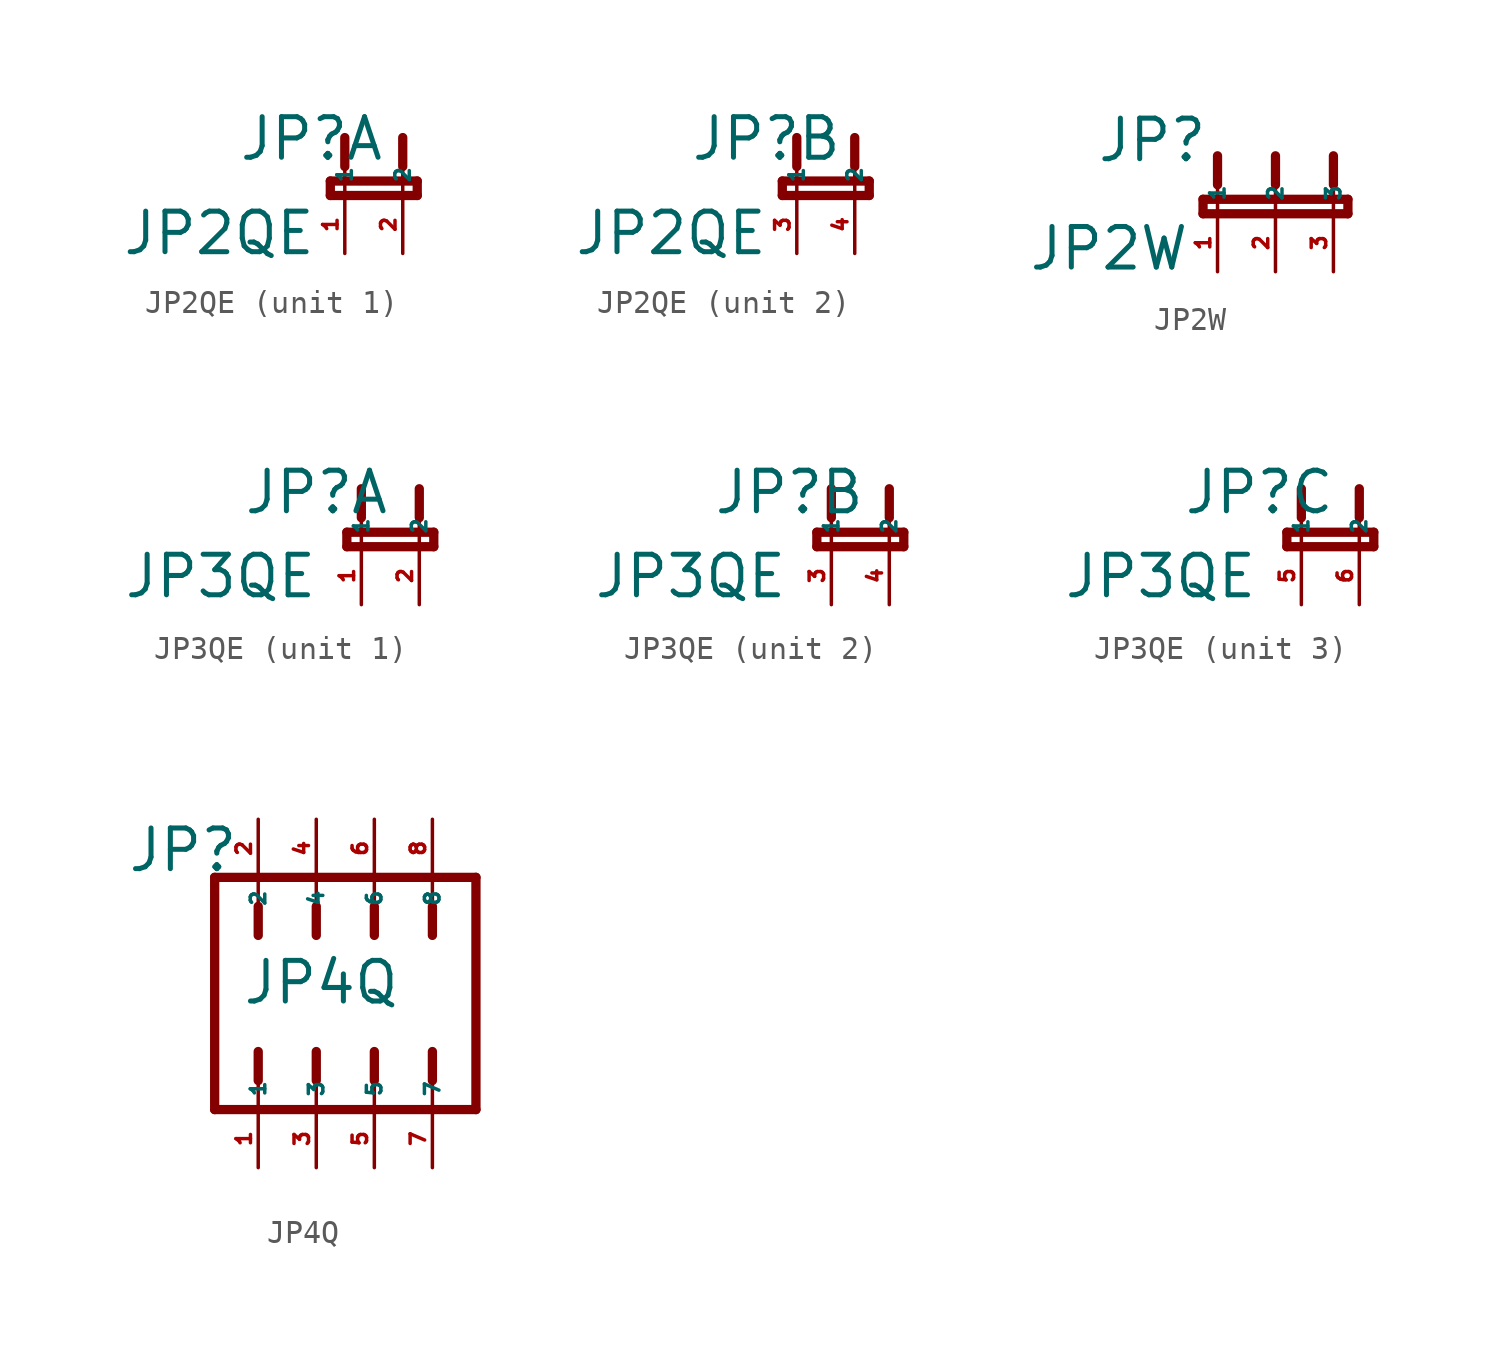
<source format=kicad_sym>
(kicad_symbol_lib
  (version 20220914)
  (generator kicad_symbol_editor)
  (symbol "JP2QE"
    (property "Reference" "JP"
      (at -4.699 1.448 0)
      (effects (font (size 1.778 1.778) (thickness 0.22)) (justify left bottom)))
    (property "Value" "JP2QE"
      (at -9.804 -2.692 0)
      (effects (font (size 1.778 1.778) (thickness 0.22)) (justify left bottom)))
    (symbol "JP2QE_1_0"
      (polyline (pts (xy -0.635 0) (xy 3.175 0)) (stroke (width 0.406) (type default)) (fill (type none)))
      (polyline (pts (xy -0.635 0.635) (xy -0.635 0)) (stroke (width 0.406) (type default)) (fill (type none)))
      (polyline (pts (xy 0 0) (xy 0 1.27)) (stroke (width 0.152) (type default)) (fill (type none)))
      (polyline (pts (xy 0 2.54) (xy 0 1.27)) (stroke (width 0.406) (type default)) (fill (type none)))
      (polyline (pts (xy 2.54 0) (xy 2.54 1.27)) (stroke (width 0.152) (type default)) (fill (type none)))
      (polyline (pts (xy 2.54 2.54) (xy 2.54 1.27)) (stroke (width 0.406) (type default)) (fill (type none)))
      (polyline (pts (xy 3.175 0) (xy 3.175 0.635)) (stroke (width 0.406) (type default)) (fill (type none)))
      (polyline (pts (xy 3.175 0.635) (xy -0.635 0.635)) (stroke (width 0.406) (type default)) (fill (type none)))
      (pin passive line (at 0 -2.54 90) (length 2.54) (name "1" (effects (font (size 0.635 0.635)))) (number "1" (effects (font (size 0.635 0.635)))))
      (pin passive line (at 2.54 -2.54 90) (length 2.54) (name "2" (effects (font (size 0.635 0.635)))) (number "2" (effects (font (size 0.635 0.635))))))
    (symbol "JP2QE_2_0"
      (polyline (pts (xy -0.635 0) (xy 3.175 0)) (stroke (width 0.406) (type default)) (fill (type none)))
      (polyline (pts (xy -0.635 0.635) (xy -0.635 0)) (stroke (width 0.406) (type default)) (fill (type none)))
      (polyline (pts (xy 0 0) (xy 0 1.27)) (stroke (width 0.152) (type default)) (fill (type none)))
      (polyline (pts (xy 0 2.54) (xy 0 1.27)) (stroke (width 0.406) (type default)) (fill (type none)))
      (polyline (pts (xy 2.54 0) (xy 2.54 1.27)) (stroke (width 0.152) (type default)) (fill (type none)))
      (polyline (pts (xy 2.54 2.54) (xy 2.54 1.27)) (stroke (width 0.406) (type default)) (fill (type none)))
      (polyline (pts (xy 3.175 0) (xy 3.175 0.635)) (stroke (width 0.406) (type default)) (fill (type none)))
      (polyline (pts (xy 3.175 0.635) (xy -0.635 0.635)) (stroke (width 0.406) (type default)) (fill (type none)))
      (pin passive line (at 0 -2.54 90) (length 2.54) (name "1" (effects (font (size 0.635 0.635)))) (number "3" (effects (font (size 0.635 0.635)))))
      (pin passive line (at 2.54 -2.54 90) (length 2.54) (name "2" (effects (font (size 0.635 0.635)))) (number "4" (effects (font (size 0.635 0.635)))))))
  (symbol "JP2W"
    (property "Reference" "JP"
      (at -7.874 2.184 0)
      (effects (font (size 1.778 1.778) (thickness 0.22)) (justify left bottom)))
    (property "Value" "JP2W"
      (at -10.871 -2.565 0)
      (effects (font (size 1.778 1.778) (thickness 0.22)) (justify left bottom)))
    (symbol "JP2W_1_1"
      (polyline (pts (xy -3.175 0) (xy 3.175 0)) (stroke (width 0.406) (type default)) (fill (type none)))
      (polyline (pts (xy -3.175 0.635) (xy -3.175 0)) (stroke (width 0.406) (type default)) (fill (type none)))
      (polyline (pts (xy -2.54 0) (xy -2.54 1.27)) (stroke (width 0.152) (type default)) (fill (type none)))
      (polyline (pts (xy -2.54 2.54) (xy -2.54 1.27)) (stroke (width 0.406) (type default)) (fill (type none)))
      (polyline (pts (xy 0 0) (xy 0 1.27)) (stroke (width 0.152) (type default)) (fill (type none)))
      (polyline (pts (xy 0 2.54) (xy 0 1.27)) (stroke (width 0.406) (type default)) (fill (type none)))
      (polyline (pts (xy 2.54 0) (xy 2.54 1.27)) (stroke (width 0.152) (type default)) (fill (type none)))
      (polyline (pts (xy 2.54 2.54) (xy 2.54 1.27)) (stroke (width 0.406) (type default)) (fill (type none)))
      (polyline (pts (xy 3.175 0) (xy 3.175 0.635)) (stroke (width 0.406) (type default)) (fill (type none)))
      (polyline (pts (xy 3.175 0.635) (xy -3.175 0.635)) (stroke (width 0.406) (type default)) (fill (type none)))
      (pin passive line (at -2.54 -2.54 90) (length 2.54) (name "1" (effects (font (size 0.635 0.635)))) (number "1" (effects (font (size 0.635 0.635)))))
      (pin passive line (at 0 -2.54 90) (length 2.54) (name "2" (effects (font (size 0.635 0.635)))) (number "2" (effects (font (size 0.635 0.635)))))
      (pin passive line (at 2.54 -2.54 90) (length 2.54) (name "3" (effects (font (size 0.635 0.635)))) (number "3" (effects (font (size 0.635 0.635)))))))
  (symbol "JP3QE"
    (property "Reference" "JP"
      (at -5.207 1.346 0)
      (effects (font (size 1.778 1.778) (thickness 0.22)) (justify left bottom)))
    (property "Value" "JP3QE"
      (at -10.465 -2.337 0)
      (effects (font (size 1.778 1.778) (thickness 0.22)) (justify left bottom)))
    (symbol "JP3QE_1_0"
      (polyline (pts (xy -0.635 0) (xy 3.175 0)) (stroke (width 0.406) (type default)) (fill (type none)))
      (polyline (pts (xy -0.635 0.635) (xy -0.635 0)) (stroke (width 0.406) (type default)) (fill (type none)))
      (polyline (pts (xy 0 0) (xy 0 1.27)) (stroke (width 0.152) (type default)) (fill (type none)))
      (polyline (pts (xy 0 2.54) (xy 0 1.27)) (stroke (width 0.406) (type default)) (fill (type none)))
      (polyline (pts (xy 2.54 0) (xy 2.54 1.27)) (stroke (width 0.152) (type default)) (fill (type none)))
      (polyline (pts (xy 2.54 2.54) (xy 2.54 1.27)) (stroke (width 0.406) (type default)) (fill (type none)))
      (polyline (pts (xy 3.175 0) (xy 3.175 0.635)) (stroke (width 0.406) (type default)) (fill (type none)))
      (polyline (pts (xy 3.175 0.635) (xy -0.635 0.635)) (stroke (width 0.406) (type default)) (fill (type none)))
      (pin passive line (at 0 -2.54 90) (length 2.54) (name "1" (effects (font (size 0.635 0.635)))) (number "1" (effects (font (size 0.635 0.635)))))
      (pin passive line (at 2.54 -2.54 90) (length 2.54) (name "2" (effects (font (size 0.635 0.635)))) (number "2" (effects (font (size 0.635 0.635))))))
    (symbol "JP3QE_2_0"
      (polyline (pts (xy -0.635 0) (xy 3.175 0)) (stroke (width 0.406) (type default)) (fill (type none)))
      (polyline (pts (xy -0.635 0.635) (xy -0.635 0)) (stroke (width 0.406) (type default)) (fill (type none)))
      (polyline (pts (xy 0 0) (xy 0 1.27)) (stroke (width 0.152) (type default)) (fill (type none)))
      (polyline (pts (xy 0 2.54) (xy 0 1.27)) (stroke (width 0.406) (type default)) (fill (type none)))
      (polyline (pts (xy 2.54 0) (xy 2.54 1.27)) (stroke (width 0.152) (type default)) (fill (type none)))
      (polyline (pts (xy 2.54 2.54) (xy 2.54 1.27)) (stroke (width 0.406) (type default)) (fill (type none)))
      (polyline (pts (xy 3.175 0) (xy 3.175 0.635)) (stroke (width 0.406) (type default)) (fill (type none)))
      (polyline (pts (xy 3.175 0.635) (xy -0.635 0.635)) (stroke (width 0.406) (type default)) (fill (type none)))
      (pin passive line (at 0 -2.54 90) (length 2.54) (name "1" (effects (font (size 0.635 0.635)))) (number "3" (effects (font (size 0.635 0.635)))))
      (pin passive line (at 2.54 -2.54 90) (length 2.54) (name "2" (effects (font (size 0.635 0.635)))) (number "4" (effects (font (size 0.635 0.635))))))
    (symbol "JP3QE_3_0"
      (polyline (pts (xy -0.635 0) (xy 3.175 0)) (stroke (width 0.406) (type default)) (fill (type none)))
      (polyline (pts (xy -0.635 0.635) (xy -0.635 0)) (stroke (width 0.406) (type default)) (fill (type none)))
      (polyline (pts (xy 0 0) (xy 0 1.27)) (stroke (width 0.152) (type default)) (fill (type none)))
      (polyline (pts (xy 0 2.54) (xy 0 1.27)) (stroke (width 0.406) (type default)) (fill (type none)))
      (polyline (pts (xy 2.54 0) (xy 2.54 1.27)) (stroke (width 0.152) (type default)) (fill (type none)))
      (polyline (pts (xy 2.54 2.54) (xy 2.54 1.27)) (stroke (width 0.406) (type default)) (fill (type none)))
      (polyline (pts (xy 3.175 0) (xy 3.175 0.635)) (stroke (width 0.406) (type default)) (fill (type none)))
      (polyline (pts (xy 3.175 0.635) (xy -0.635 0.635)) (stroke (width 0.406) (type default)) (fill (type none)))
      (pin passive line (at 0 -2.54 90) (length 2.54) (name "1" (effects (font (size 0.635 0.635)))) (number "5" (effects (font (size 0.635 0.635)))))
      (pin passive line (at 2.54 -2.54 90) (length 2.54) (name "2" (effects (font (size 0.635 0.635)))) (number "6" (effects (font (size 0.635 0.635)))))))
  (symbol "JP4Q"
    (property "Reference" "JP"
      (at -8.306 5.232 0)
      (effects (font (size 1.778 1.778) (thickness 0.22)) (justify left bottom)))
    (property "Value" "JP4Q"
      (at -3.277 -0.559 0)
      (effects (font (size 1.778 1.778) (thickness 0.22)) (justify left bottom)))
    (symbol "JP4Q_1_1"
      (polyline (pts (xy -4.445 -5.08) (xy 6.985 -5.08)) (stroke (width 0.406) (type default)) (fill (type none)))
      (polyline (pts (xy -4.445 5.08) (xy -4.445 -5.08)) (stroke (width 0.406) (type default)) (fill (type none)))
      (polyline (pts (xy -2.54 -3.81) (xy -2.54 -5.08)) (stroke (width 0.152) (type default)) (fill (type none)))
      (polyline (pts (xy -2.54 -2.54) (xy -2.54 -3.81)) (stroke (width 0.406) (type default)) (fill (type none)))
      (polyline (pts (xy -2.54 2.54) (xy -2.54 3.81)) (stroke (width 0.406) (type default)) (fill (type none)))
      (polyline (pts (xy -2.54 3.81) (xy -2.54 5.08)) (stroke (width 0.152) (type default)) (fill (type none)))
      (polyline (pts (xy 0 -3.81) (xy 0 -5.08)) (stroke (width 0.152) (type default)) (fill (type none)))
      (polyline (pts (xy 0 -2.54) (xy 0 -3.81)) (stroke (width 0.406) (type default)) (fill (type none)))
      (polyline (pts (xy 0 2.54) (xy 0 3.81)) (stroke (width 0.406) (type default)) (fill (type none)))
      (polyline (pts (xy 0 3.81) (xy 0 5.08)) (stroke (width 0.152) (type default)) (fill (type none)))
      (polyline (pts (xy 2.54 -3.81) (xy 2.54 -5.08)) (stroke (width 0.152) (type default)) (fill (type none)))
      (polyline (pts (xy 2.54 -2.54) (xy 2.54 -3.81)) (stroke (width 0.406) (type default)) (fill (type none)))
      (polyline (pts (xy 2.54 2.54) (xy 2.54 3.81)) (stroke (width 0.406) (type default)) (fill (type none)))
      (polyline (pts (xy 2.54 3.81) (xy 2.54 5.08)) (stroke (width 0.152) (type default)) (fill (type none)))
      (polyline (pts (xy 5.08 -3.81) (xy 5.08 -5.08)) (stroke (width 0.152) (type default)) (fill (type none)))
      (polyline (pts (xy 5.08 -2.54) (xy 5.08 -3.81)) (stroke (width 0.406) (type default)) (fill (type none)))
      (polyline (pts (xy 5.08 2.54) (xy 5.08 3.81)) (stroke (width 0.406) (type default)) (fill (type none)))
      (polyline (pts (xy 5.08 3.81) (xy 5.08 5.08)) (stroke (width 0.152) (type default)) (fill (type none)))
      (polyline (pts (xy 6.985 -5.08) (xy 6.985 5.08)) (stroke (width 0.406) (type default)) (fill (type none)))
      (polyline (pts (xy 6.985 5.08) (xy -4.445 5.08)) (stroke (width 0.406) (type default)) (fill (type none)))
      (pin passive line (at -2.54 -7.62 90) (length 2.54) (name "1" (effects (font (size 0.635 0.635)))) (number "1" (effects (font (size 0.635 0.635)))))
      (pin passive line (at -2.54 7.62 270) (length 2.54) (name "2" (effects (font (size 0.635 0.635)))) (number "2" (effects (font (size 0.635 0.635)))))
      (pin passive line (at 0 -7.62 90) (length 2.54) (name "3" (effects (font (size 0.635 0.635)))) (number "3" (effects (font (size 0.635 0.635)))))
      (pin passive line (at 0 7.62 270) (length 2.54) (name "4" (effects (font (size 0.635 0.635)))) (number "4" (effects (font (size 0.635 0.635)))))
      (pin passive line (at 2.54 -7.62 90) (length 2.54) (name "5" (effects (font (size 0.635 0.635)))) (number "5" (effects (font (size 0.635 0.635)))))
      (pin passive line (at 2.54 7.62 270) (length 2.54) (name "6" (effects (font (size 0.635 0.635)))) (number "6" (effects (font (size 0.635 0.635)))))
      (pin passive line (at 5.08 -7.62 90) (length 2.54) (name "7" (effects (font (size 0.635 0.635)))) (number "7" (effects (font (size 0.635 0.635)))))
      (pin passive line (at 5.08 7.62 270) (length 2.54) (name "8" (effects (font (size 0.635 0.635)))) (number "8" (effects (font (size 0.635 0.635))))))))
</source>
